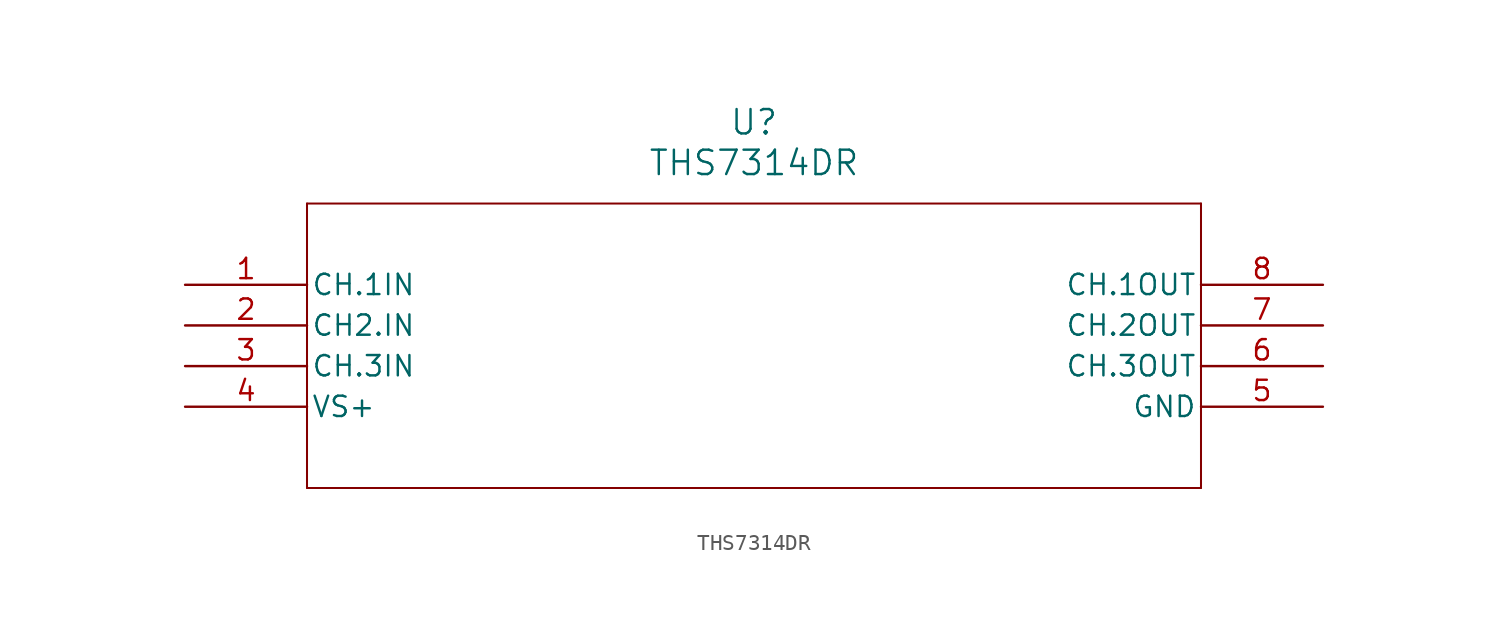
<source format=kicad_sym>
(kicad_symbol_lib
  (version 20211014)
  (generator kicad_symbol_editor)
  (symbol "THS7314DR"
    (pin_names
      (offset 0.254))
    (property "Reference" "U"
      (at 35.56 10.16 0)
      (effects (font (size 1.524 1.524))))
    (property "Value" "THS7314DR"
      (at 35.56 7.62 0)
      (effects (font (size 1.524 1.524))))
    (symbol "THS7314DR_0_1"
      (polyline (pts (xy 7.62 5.08) (xy 7.62 -12.7)) (stroke (width 0.127) (type default) (color 0 0 0 0)) (fill (type none)))
      (polyline (pts (xy 7.62 -12.7) (xy 63.5 -12.7)) (stroke (width 0.127) (type default) (color 0 0 0 0)) (fill (type none)))
      (polyline (pts (xy 63.5 -12.7) (xy 63.5 5.08)) (stroke (width 0.127) (type default) (color 0 0 0 0)) (fill (type none)))
      (polyline (pts (xy 63.5 5.08) (xy 7.62 5.08)) (stroke (width 0.127) (type default) (color 0 0 0 0)) (fill (type none)))
      (pin input line (at 0 0 0) (length 7.62) (name "CH.1IN" (effects (font (size 1.27 1.27)))) (number "1" (effects (font (size 1.27 1.27)))))
      (pin input line (at 0 -2.54 0) (length 7.62) (name "CH2.IN" (effects (font (size 1.27 1.27)))) (number "2" (effects (font (size 1.27 1.27)))))
      (pin input line (at 0 -5.08 0) (length 7.62) (name "CH.3IN" (effects (font (size 1.27 1.27)))) (number "3" (effects (font (size 1.27 1.27)))))
      (pin power_in line (at 0 -7.62 0) (length 7.62) (name "VS+" (effects (font (size 1.27 1.27)))) (number "4" (effects (font (size 1.27 1.27)))))
      (pin power_in line (at 71.12 -7.62 180) (length 7.62) (name "GND" (effects (font (size 1.27 1.27)))) (number "5" (effects (font (size 1.27 1.27)))))
      (pin output line (at 71.12 -5.08 180) (length 7.62) (name "CH.3OUT" (effects (font (size 1.27 1.27)))) (number "6" (effects (font (size 1.27 1.27)))))
      (pin output line (at 71.12 -2.54 180) (length 7.62) (name "CH.2OUT" (effects (font (size 1.27 1.27)))) (number "7" (effects (font (size 1.27 1.27)))))
      (pin output line (at 71.12 0 180) (length 7.62) (name "CH.1OUT" (effects (font (size 1.27 1.27)))) (number "8" (effects (font (size 1.27 1.27))))))))
</source>
